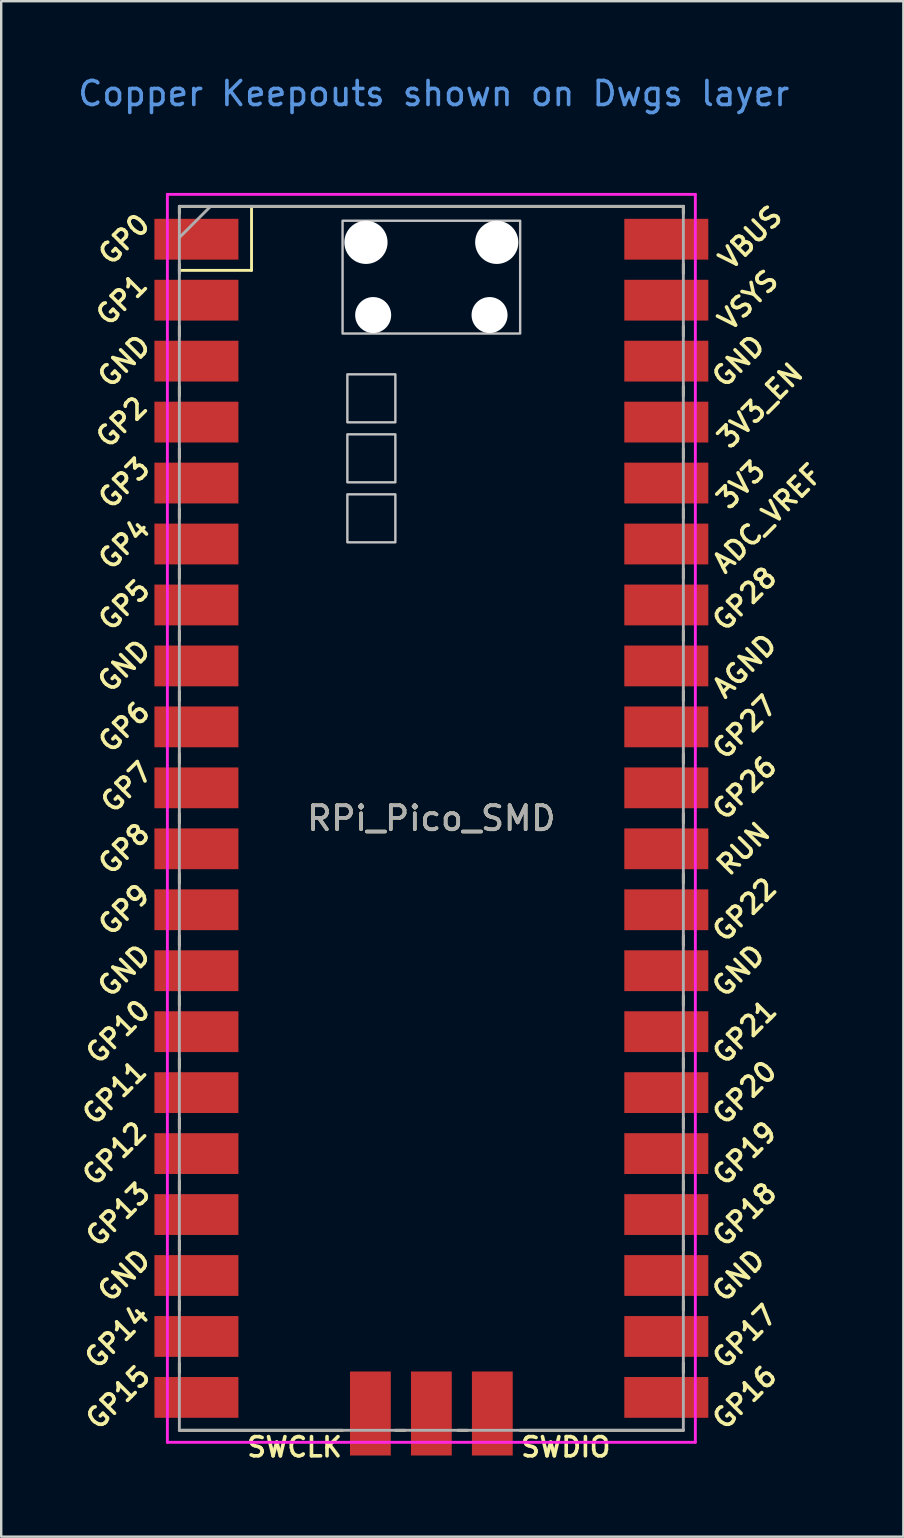
<source format=kicad_pcb>
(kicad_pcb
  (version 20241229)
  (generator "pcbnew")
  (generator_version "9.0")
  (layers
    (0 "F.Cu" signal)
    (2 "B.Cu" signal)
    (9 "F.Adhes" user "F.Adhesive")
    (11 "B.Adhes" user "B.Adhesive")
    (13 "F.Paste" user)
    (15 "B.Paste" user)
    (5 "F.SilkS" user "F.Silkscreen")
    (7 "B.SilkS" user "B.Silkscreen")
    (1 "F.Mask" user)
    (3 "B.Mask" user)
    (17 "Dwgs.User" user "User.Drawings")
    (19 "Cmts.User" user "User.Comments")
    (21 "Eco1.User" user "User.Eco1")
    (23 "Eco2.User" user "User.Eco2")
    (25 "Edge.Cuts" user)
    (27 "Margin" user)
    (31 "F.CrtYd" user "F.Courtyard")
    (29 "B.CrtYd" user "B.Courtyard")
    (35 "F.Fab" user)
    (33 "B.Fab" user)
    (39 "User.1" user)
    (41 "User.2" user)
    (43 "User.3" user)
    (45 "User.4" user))
  (footprint "RPi_Pico_SMD"
    (layer "F.Cu")
    (at 14.924 31.048)
    (property "Reference" "RPi_Pico_SMD" (at 0 0 0) (layer "F.SilkS") (effects (font (size 1 1) (thickness 0.15))))
    (attr through_hole)
    (fp_line (start -10.5 -25.5) (end -10.5 -25.2) (stroke (width 0.12) (type solid)) (layer "F.SilkS"))
    (fp_line (start -10.5 -25.5) (end 10.5 -25.5) (stroke (width 0.12) (type solid)) (layer "F.SilkS"))
    (fp_line (start -10.5 -23.1) (end -10.5 -22.7) (stroke (width 0.12) (type solid)) (layer "F.SilkS"))
    (fp_line (start -10.5 -22.833) (end -7.493 -22.833) (stroke (width 0.12) (type solid)) (layer "F.SilkS"))
    (fp_line (start -10.5 -20.5) (end -10.5 -20.1) (stroke (width 0.12) (type solid)) (layer "F.SilkS"))
    (fp_line (start -10.5 -18) (end -10.5 -17.6) (stroke (width 0.12) (type solid)) (layer "F.SilkS"))
    (fp_line (start -10.5 -15.4) (end -10.5 -15) (stroke (width 0.12) (type solid)) (layer "F.SilkS"))
    (fp_line (start -10.5 -12.9) (end -10.5 -12.5) (stroke (width 0.12) (type solid)) (layer "F.SilkS"))
    (fp_line (start -10.5 -10.4) (end -10.5 -10) (stroke (width 0.12) (type solid)) (layer "F.SilkS"))
    (fp_line (start -10.5 -7.8) (end -10.5 -7.4) (stroke (width 0.12) (type solid)) (layer "F.SilkS"))
    (fp_line (start -10.5 -5.3) (end -10.5 -4.9) (stroke (width 0.12) (type solid)) (layer "F.SilkS"))
    (fp_line (start -10.5 -2.7) (end -10.5 -2.3) (stroke (width 0.12) (type solid)) (layer "F.SilkS"))
    (fp_line (start -10.5 -0.2) (end -10.5 0.2) (stroke (width 0.12) (type solid)) (layer "F.SilkS"))
    (fp_line (start -10.5 2.3) (end -10.5 2.7) (stroke (width 0.12) (type solid)) (layer "F.SilkS"))
    (fp_line (start -10.5 4.9) (end -10.5 5.3) (stroke (width 0.12) (type solid)) (layer "F.SilkS"))
    (fp_line (start -10.5 7.4) (end -10.5 7.8) (stroke (width 0.12) (type solid)) (layer "F.SilkS"))
    (fp_line (start -10.5 10) (end -10.5 10.4) (stroke (width 0.12) (type solid)) (layer "F.SilkS"))
    (fp_line (start -10.5 12.5) (end -10.5 12.9) (stroke (width 0.12) (type solid)) (layer "F.SilkS"))
    (fp_line (start -10.5 15.1) (end -10.5 15.5) (stroke (width 0.12) (type solid)) (layer "F.SilkS"))
    (fp_line (start -10.5 17.6) (end -10.5 18) (stroke (width 0.12) (type solid)) (layer "F.SilkS"))
    (fp_line (start -10.5 20.1) (end -10.5 20.5) (stroke (width 0.12) (type solid)) (layer "F.SilkS"))
    (fp_line (start -10.5 22.7) (end -10.5 23.1) (stroke (width 0.12) (type solid)) (layer "F.SilkS"))
    (fp_line (start -7.493 -22.833) (end -7.493 -25.5) (stroke (width 0.12) (type solid)) (layer "F.SilkS"))
    (fp_line (start -3.7 25.5) (end -10.5 25.5) (stroke (width 0.12) (type solid)) (layer "F.SilkS"))
    (fp_line (start -1.5 25.5) (end -1.1 25.5) (stroke (width 0.12) (type solid)) (layer "F.SilkS"))
    (fp_line (start 1.1 25.5) (end 1.5 25.5) (stroke (width 0.12) (type solid)) (layer "F.SilkS"))
    (fp_line (start 10.5 -25.5) (end 10.5 -25.2) (stroke (width 0.12) (type solid)) (layer "F.SilkS"))
    (fp_line (start 10.5 -23.1) (end 10.5 -22.7) (stroke (width 0.12) (type solid)) (layer "F.SilkS"))
    (fp_line (start 10.5 -20.5) (end 10.5 -20.1) (stroke (width 0.12) (type solid)) (layer "F.SilkS"))
    (fp_line (start 10.5 -18) (end 10.5 -17.6) (stroke (width 0.12) (type solid)) (layer "F.SilkS"))
    (fp_line (start 10.5 -15.4) (end 10.5 -15) (stroke (width 0.12) (type solid)) (layer "F.SilkS"))
    (fp_line (start 10.5 -12.9) (end 10.5 -12.5) (stroke (width 0.12) (type solid)) (layer "F.SilkS"))
    (fp_line (start 10.5 -10.4) (end 10.5 -10) (stroke (width 0.12) (type solid)) (layer "F.SilkS"))
    (fp_line (start 10.5 -7.8) (end 10.5 -7.4) (stroke (width 0.12) (type solid)) (layer "F.SilkS"))
    (fp_line (start 10.5 -5.3) (end 10.5 -4.9) (stroke (width 0.12) (type solid)) (layer "F.SilkS"))
    (fp_line (start 10.5 -2.7) (end 10.5 -2.3) (stroke (width 0.12) (type solid)) (layer "F.SilkS"))
    (fp_line (start 10.5 -0.2) (end 10.5 0.2) (stroke (width 0.12) (type solid)) (layer "F.SilkS"))
    (fp_line (start 10.5 2.3) (end 10.5 2.7) (stroke (width 0.12) (type solid)) (layer "F.SilkS"))
    (fp_line (start 10.5 4.9) (end 10.5 5.3) (stroke (width 0.12) (type solid)) (layer "F.SilkS"))
    (fp_line (start 10.5 7.4) (end 10.5 7.8) (stroke (width 0.12) (type solid)) (layer "F.SilkS"))
    (fp_line (start 10.5 10) (end 10.5 10.4) (stroke (width 0.12) (type solid)) (layer "F.SilkS"))
    (fp_line (start 10.5 12.5) (end 10.5 12.9) (stroke (width 0.12) (type solid)) (layer "F.SilkS"))
    (fp_line (start 10.5 15.1) (end 10.5 15.5) (stroke (width 0.12) (type solid)) (layer "F.SilkS"))
    (fp_line (start 10.5 17.6) (end 10.5 18) (stroke (width 0.12) (type solid)) (layer "F.SilkS"))
    (fp_line (start 10.5 20.1) (end 10.5 20.5) (stroke (width 0.12) (type solid)) (layer "F.SilkS"))
    (fp_line (start 10.5 22.7) (end 10.5 23.1) (stroke (width 0.12) (type solid)) (layer "F.SilkS"))
    (fp_line (start 10.5 25.5) (end 3.7 25.5) (stroke (width 0.12) (type solid)) (layer "F.SilkS"))
    (fp_poly (pts (xy -1.5 -16.5) (xy -3.5 -16.5) (xy -3.5 -18.5) (xy -1.5 -18.5)) (stroke (width 0.1) (type solid)) (fill no) (layer "Dwgs.User"))
    (fp_poly (pts (xy -1.5 -14) (xy -3.5 -14) (xy -3.5 -16) (xy -1.5 -16)) (stroke (width 0.1) (type solid)) (fill no) (layer "Dwgs.User"))
    (fp_poly (pts (xy -1.5 -11.5) (xy -3.5 -11.5) (xy -3.5 -13.5) (xy -1.5 -13.5)) (stroke (width 0.1) (type solid)) (fill no) (layer "Dwgs.User"))
    (fp_poly (pts (xy 3.7 -20.2) (xy -3.7 -20.2) (xy -3.7 -24.9) (xy 3.7 -24.9)) (stroke (width 0.1) (type solid)) (fill no) (layer "Dwgs.User"))
    (fp_line (start -11 -26) (end 11 -26) (stroke (width 0.12) (type solid)) (layer "F.CrtYd"))
    (fp_line (start -11 26) (end -11 -26) (stroke (width 0.12) (type solid)) (layer "F.CrtYd"))
    (fp_line (start 11 -26) (end 11 26) (stroke (width 0.12) (type solid)) (layer "F.CrtYd"))
    (fp_line (start 11 26) (end -11 26) (stroke (width 0.12) (type solid)) (layer "F.CrtYd"))
    (fp_line (start -10.5 -25.5) (end 10.5 -25.5) (stroke (width 0.12) (type solid)) (layer "F.Fab"))
    (fp_line (start -10.5 -24.2) (end -9.2 -25.5) (stroke (width 0.12) (type solid)) (layer "F.Fab"))
    (fp_line (start -10.5 25.5) (end -10.5 -25.5) (stroke (width 0.12) (type solid)) (layer "F.Fab"))
    (fp_line (start 10.5 -25.5) (end 10.5 25.5) (stroke (width 0.12) (type solid)) (layer "F.Fab"))
    (fp_line (start 10.5 25.5) (end -10.5 25.5) (stroke (width 0.12) (type solid)) (layer "F.Fab"))
    (fp_text user "GP26" (at 13.054 -1.27 45) (layer "F.SilkS") (effects (font (size 0.8 0.8) (thickness 0.15))))
    (fp_text user "GP16" (at 13.054 24.13 45) (layer "F.SilkS") (effects (font (size 0.8 0.8) (thickness 0.15))))
    (fp_text user "GP13" (at -13.054 16.51 45) (layer "F.SilkS") (effects (font (size 0.8 0.8) (thickness 0.15))))
    (fp_text user "GP3" (at -12.8 -13.97 45) (layer "F.SilkS") (effects (font (size 0.8 0.8) (thickness 0.15))))
    (fp_text user "GP14" (at -13.1 21.59 45) (layer "F.SilkS") (effects (font (size 0.8 0.8) (thickness 0.15))))
    (fp_text user "GP17" (at 13.054 21.59 45) (layer "F.SilkS") (effects (font (size 0.8 0.8) (thickness 0.15))))
    (fp_text user "GP22" (at 13.054 3.81 45) (layer "F.SilkS") (effects (font (size 0.8 0.8) (thickness 0.15))))
    (fp_text user "GP11" (at -13.2 11.43 45) (layer "F.SilkS") (effects (font (size 0.8 0.8) (thickness 0.15))))
    (fp_text user "GP2" (at -12.9 -16.51 45) (layer "F.SilkS") (effects (font (size 0.8 0.8) (thickness 0.15))))
    (fp_text user "GND" (at 12.8 19.05 45) (layer "F.SilkS") (effects (font (size 0.8 0.8) (thickness 0.15))))
    (fp_text user "SWDIO" (at 5.6 26.2 0) (layer "F.SilkS") (effects (font (size 0.8 0.8) (thickness 0.15))))
    (fp_text user "GP18" (at 13.054 16.51 45) (layer "F.SilkS") (effects (font (size 0.8 0.8) (thickness 0.15))))
    (fp_text user "SWCLK" (at -5.7 26.2 0) (layer "F.SilkS") (effects (font (size 0.8 0.8) (thickness 0.15))))
    (fp_text user "GP21" (at 13.054 8.9 45) (layer "F.SilkS") (effects (font (size 0.8 0.8) (thickness 0.15))))
    (fp_text user "3V3" (at 12.9 -13.9 45) (layer "F.SilkS") (effects (font (size 0.8 0.8) (thickness 0.15))))
    (fp_text user "VBUS" (at 13.3 -24.2 45) (layer "F.SilkS") (effects (font (size 0.8 0.8) (thickness 0.15))))
    (fp_text user "GND" (at 12.8 -19.05 45) (layer "F.SilkS") (effects (font (size 0.8 0.8) (thickness 0.15))))
    (fp_text user "GP15" (at -13.054 24.13 45) (layer "F.SilkS") (effects (font (size 0.8 0.8) (thickness 0.15))))
    (fp_text user "GP8" (at -12.8 1.27 45) (layer "F.SilkS") (effects (font (size 0.8 0.8) (thickness 0.15))))
    (fp_text user "GP19" (at 13.054 13.97 45) (layer "F.SilkS") (effects (font (size 0.8 0.8) (thickness 0.15))))
    (fp_text user "GP7" (at -12.7 -1.3 45) (layer "F.SilkS") (effects (font (size 0.8 0.8) (thickness 0.15))))
    (fp_text user "VSYS" (at 13.2 -21.59 45) (layer "F.SilkS") (effects (font (size 0.8 0.8) (thickness 0.15))))
    (fp_text user "GP6" (at -12.8 -3.81 45) (layer "F.SilkS") (effects (font (size 0.8 0.8) (thickness 0.15))))
    (fp_text user "GP28" (at 13.054 -9.144 45) (layer "F.SilkS") (effects (font (size 0.8 0.8) (thickness 0.15))))
    (fp_text user "GP12" (at -13.2 13.97 45) (layer "F.SilkS") (effects (font (size 0.8 0.8) (thickness 0.15))))
    (fp_text user "ADC_VREF" (at 14 -12.5 45) (layer "F.SilkS") (effects (font (size 0.8 0.8) (thickness 0.15))))
    (fp_text user "GP10" (at -13.054 8.89 45) (layer "F.SilkS") (effects (font (size 0.8 0.8) (thickness 0.15))))
    (fp_text user "GP9" (at -12.8 3.81 45) (layer "F.SilkS") (effects (font (size 0.8 0.8) (thickness 0.15))))
    (fp_text user "GND" (at -12.8 6.35 45) (layer "F.SilkS") (effects (font (size 0.8 0.8) (thickness 0.15))))
    (fp_text user "GP1" (at -12.9 -21.6 45) (layer "F.SilkS") (effects (font (size 0.8 0.8) (thickness 0.15))))
    (fp_text user "GP4" (at -12.8 -11.43 45) (layer "F.SilkS") (effects (font (size 0.8 0.8) (thickness 0.15))))
    (fp_text user "GND" (at 12.8 6.35 45) (layer "F.SilkS") (effects (font (size 0.8 0.8) (thickness 0.15))))
    (fp_text user "GND" (at -12.8 19.05 45) (layer "F.SilkS") (effects (font (size 0.8 0.8) (thickness 0.15))))
    (fp_text user "3V3_EN" (at 13.7 -17.2 45) (layer "F.SilkS") (effects (font (size 0.8 0.8) (thickness 0.15))))
    (fp_text user "GP0" (at -12.8 -24.13 45) (layer "F.SilkS") (effects (font (size 0.8 0.8) (thickness 0.15))))
    (fp_text user "GND" (at -12.8 -19.05 45) (layer "F.SilkS") (effects (font (size 0.8 0.8) (thickness 0.15))))
    (fp_text user "AGND" (at 13.054 -6.35 45) (layer "F.SilkS") (effects (font (size 0.8 0.8) (thickness 0.15))))
    (fp_text user "GP5" (at -12.8 -8.89 45) (layer "F.SilkS") (effects (font (size 0.8 0.8) (thickness 0.15))))
    (fp_text user "RUN" (at 13 1.27 45) (layer "F.SilkS") (effects (font (size 0.8 0.8) (thickness 0.15))))
    (fp_text user "GP27" (at 13.054 -3.8 45) (layer "F.SilkS") (effects (font (size 0.8 0.8) (thickness 0.15))))
    (fp_text user "GND" (at -12.8 -6.35 45) (layer "F.SilkS") (effects (font (size 0.8 0.8) (thickness 0.15))))
    (fp_text user "GP20" (at 13.054 11.43 45) (layer "F.SilkS") (effects (font (size 0.8 0.8) (thickness 0.15))))
    (fp_text user "Copper Keepouts shown on Dwgs layer" (at 0.1 -30.2 0) (layer "Cmts.User") (effects (font (size 1 1) (thickness 0.15))))
    (fp_text user "${REFERENCE}" (at 0 0 180) (layer "F.Fab") (effects (font (size 1 1) (thickness 0.15))))
    (pad "" np_thru_hole oval (at -2.725 -24) (size 1.8 1.8) (drill 1.8) (layers "*.Cu" "*.Mask"))
    (pad "" np_thru_hole oval (at -2.425 -20.97) (size 1.5 1.5) (drill 1.5) (layers "*.Cu" "*.Mask"))
    (pad "" np_thru_hole oval (at 2.425 -20.97) (size 1.5 1.5) (drill 1.5) (layers "*.Cu" "*.Mask"))
    (pad "" np_thru_hole oval (at 2.725 -24) (size 1.8 1.8) (drill 1.8) (layers "*.Cu" "*.Mask"))
    (pad "1" smd rect (at -8.89 -24.13) (size 3.5 1.7) (drill (offset -0.9 0)) (layers "F.Cu" "F.Mask"))
    (pad "2" smd rect (at -8.89 -21.59) (size 3.5 1.7) (drill (offset -0.9 0)) (layers "F.Cu" "F.Mask"))
    (pad "3" smd rect (at -8.89 -19.05) (size 3.5 1.7) (drill (offset -0.9 0)) (layers "F.Cu" "F.Mask"))
    (pad "4" smd rect (at -8.89 -16.51) (size 3.5 1.7) (drill (offset -0.9 0)) (layers "F.Cu" "F.Mask"))
    (pad "5" smd rect (at -8.89 -13.97) (size 3.5 1.7) (drill (offset -0.9 0)) (layers "F.Cu" "F.Mask"))
    (pad "6" smd rect (at -8.89 -11.43) (size 3.5 1.7) (drill (offset -0.9 0)) (layers "F.Cu" "F.Mask"))
    (pad "7" smd rect (at -8.89 -8.89) (size 3.5 1.7) (drill (offset -0.9 0)) (layers "F.Cu" "F.Mask"))
    (pad "8" smd rect (at -8.89 -6.35) (size 3.5 1.7) (drill (offset -0.9 0)) (layers "F.Cu" "F.Mask"))
    (pad "9" smd rect (at -8.89 -3.81) (size 3.5 1.7) (drill (offset -0.9 0)) (layers "F.Cu" "F.Mask"))
    (pad "10" smd rect (at -8.89 -1.27) (size 3.5 1.7) (drill (offset -0.9 0)) (layers "F.Cu" "F.Mask"))
    (pad "11" smd rect (at -8.89 1.27) (size 3.5 1.7) (drill (offset -0.9 0)) (layers "F.Cu" "F.Mask"))
    (pad "12" smd rect (at -8.89 3.81) (size 3.5 1.7) (drill (offset -0.9 0)) (layers "F.Cu" "F.Mask"))
    (pad "13" smd rect (at -8.89 6.35) (size 3.5 1.7) (drill (offset -0.9 0)) (layers "F.Cu" "F.Mask"))
    (pad "14" smd rect (at -8.89 8.89) (size 3.5 1.7) (drill (offset -0.9 0)) (layers "F.Cu" "F.Mask"))
    (pad "15" smd rect (at -8.89 11.43) (size 3.5 1.7) (drill (offset -0.9 0)) (layers "F.Cu" "F.Mask"))
    (pad "16" smd rect (at -8.89 13.97) (size 3.5 1.7) (drill (offset -0.9 0)) (layers "F.Cu" "F.Mask"))
    (pad "17" smd rect (at -8.89 16.51) (size 3.5 1.7) (drill (offset -0.9 0)) (layers "F.Cu" "F.Mask"))
    (pad "18" smd rect (at -8.89 19.05) (size 3.5 1.7) (drill (offset -0.9 0)) (layers "F.Cu" "F.Mask"))
    (pad "19" smd rect (at -8.89 21.59) (size 3.5 1.7) (drill (offset -0.9 0)) (layers "F.Cu" "F.Mask"))
    (pad "20" smd rect (at -8.89 24.13) (size 3.5 1.7) (drill (offset -0.9 0)) (layers "F.Cu" "F.Mask"))
    (pad "21" smd rect (at 8.89 24.13) (size 3.5 1.7) (drill (offset 0.9 0)) (layers "F.Cu" "F.Mask"))
    (pad "22" smd rect (at 8.89 21.59) (size 3.5 1.7) (drill (offset 0.9 0)) (layers "F.Cu" "F.Mask"))
    (pad "23" smd rect (at 8.89 19.05) (size 3.5 1.7) (drill (offset 0.9 0)) (layers "F.Cu" "F.Mask"))
    (pad "24" smd rect (at 8.89 16.51) (size 3.5 1.7) (drill (offset 0.9 0)) (layers "F.Cu" "F.Mask"))
    (pad "25" smd rect (at 8.89 13.97) (size 3.5 1.7) (drill (offset 0.9 0)) (layers "F.Cu" "F.Mask"))
    (pad "26" smd rect (at 8.89 11.43) (size 3.5 1.7) (drill (offset 0.9 0)) (layers "F.Cu" "F.Mask"))
    (pad "27" smd rect (at 8.89 8.89) (size 3.5 1.7) (drill (offset 0.9 0)) (layers "F.Cu" "F.Mask"))
    (pad "28" smd rect (at 8.89 6.35) (size 3.5 1.7) (drill (offset 0.9 0)) (layers "F.Cu" "F.Mask"))
    (pad "29" smd rect (at 8.89 3.81) (size 3.5 1.7) (drill (offset 0.9 0)) (layers "F.Cu" "F.Mask"))
    (pad "30" smd rect (at 8.89 1.27) (size 3.5 1.7) (drill (offset 0.9 0)) (layers "F.Cu" "F.Mask"))
    (pad "31" smd rect (at 8.89 -1.27) (size 3.5 1.7) (drill (offset 0.9 0)) (layers "F.Cu" "F.Mask"))
    (pad "32" smd rect (at 8.89 -3.81) (size 3.5 1.7) (drill (offset 0.9 0)) (layers "F.Cu" "F.Mask"))
    (pad "33" smd rect (at 8.89 -6.35) (size 3.5 1.7) (drill (offset 0.9 0)) (layers "F.Cu" "F.Mask"))
    (pad "34" smd rect (at 8.89 -8.89) (size 3.5 1.7) (drill (offset 0.9 0)) (layers "F.Cu" "F.Mask"))
    (pad "35" smd rect (at 8.89 -11.43) (size 3.5 1.7) (drill (offset 0.9 0)) (layers "F.Cu" "F.Mask"))
    (pad "36" smd rect (at 8.89 -13.97) (size 3.5 1.7) (drill (offset 0.9 0)) (layers "F.Cu" "F.Mask"))
    (pad "37" smd rect (at 8.89 -16.51) (size 3.5 1.7) (drill (offset 0.9 0)) (layers "F.Cu" "F.Mask"))
    (pad "38" smd rect (at 8.89 -19.05) (size 3.5 1.7) (drill (offset 0.9 0)) (layers "F.Cu" "F.Mask"))
    (pad "39" smd rect (at 8.89 -21.59) (size 3.5 1.7) (drill (offset 0.9 0)) (layers "F.Cu" "F.Mask"))
    (pad "40" smd rect (at 8.89 -24.13) (size 3.5 1.7) (drill (offset 0.9 0)) (layers "F.Cu" "F.Mask"))
    (pad "41" smd rect (at -2.54 23.9 90) (size 3.5 1.7) (drill (offset -0.9 0)) (layers "F.Cu" "F.Mask"))
    (pad "42" smd rect (at 0 23.9 90) (size 3.5 1.7) (drill (offset -0.9 0)) (layers "F.Cu" "F.Mask"))
    (pad "43" smd rect (at 2.54 23.9 90) (size 3.5 1.7) (drill (offset -0.9 0)) (layers "F.Cu" "F.Mask")))
  (gr_rect
    (start -3 -3)
    (end 34.591 60.98)
    (stroke (width 0.1) (type default))
    (fill no)
    (layer "Edge.Cuts")))
</source>
